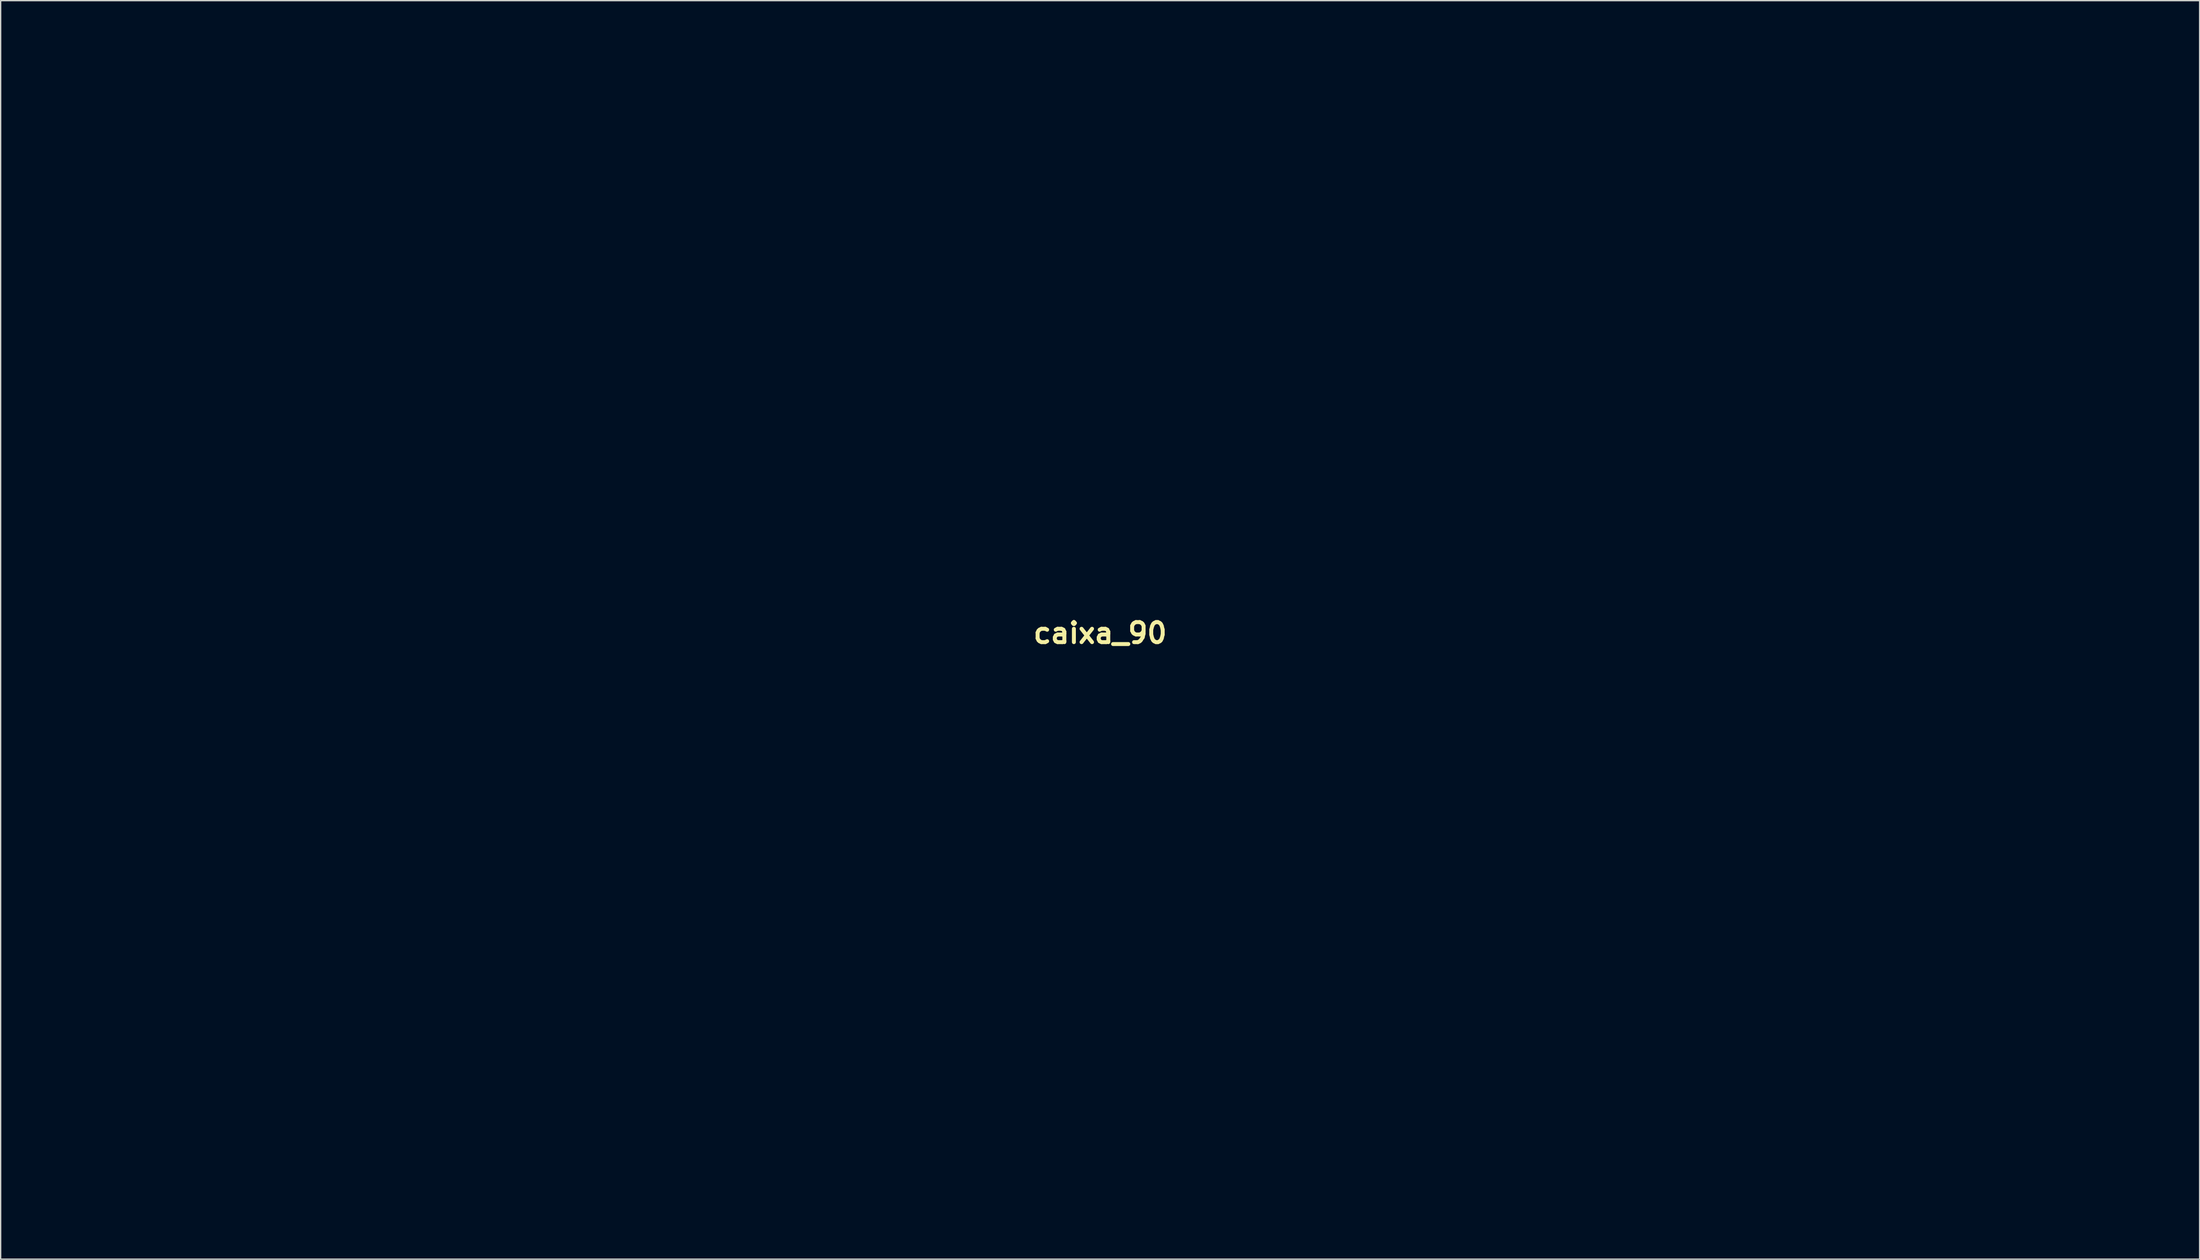
<source format=kicad_pcb>
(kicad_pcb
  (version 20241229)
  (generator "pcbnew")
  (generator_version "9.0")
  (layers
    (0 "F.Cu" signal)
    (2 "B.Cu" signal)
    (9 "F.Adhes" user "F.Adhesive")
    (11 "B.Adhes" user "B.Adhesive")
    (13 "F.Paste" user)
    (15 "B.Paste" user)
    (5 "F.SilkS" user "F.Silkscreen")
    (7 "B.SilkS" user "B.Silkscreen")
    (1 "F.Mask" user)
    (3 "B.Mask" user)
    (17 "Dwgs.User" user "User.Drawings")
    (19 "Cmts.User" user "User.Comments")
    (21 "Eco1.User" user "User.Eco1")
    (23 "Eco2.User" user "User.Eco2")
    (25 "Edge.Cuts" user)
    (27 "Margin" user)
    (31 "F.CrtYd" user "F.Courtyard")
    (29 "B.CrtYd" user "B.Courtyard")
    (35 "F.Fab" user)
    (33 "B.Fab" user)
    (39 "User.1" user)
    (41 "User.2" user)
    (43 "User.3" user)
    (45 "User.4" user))
  (footprint "caixa_90"
    (layer "F.Cu")
    (at 80.553 45.084)
    (property "Reference" "caixa_90" (at 0 0 0) (layer "F.SilkS") (effects (font (size 1.524 1.524) (thickness 0.3))))
    (attr through_hole)
    (fp_poly (pts (xy 80.548 -0.343) (xy 80.433 -0.229) (xy 80.319 -0.343) (xy 80.433 -0.458) (xy 80.548 -0.343)) (stroke (width 0.01) (type solid)) (fill no) (layer "Eco2.User"))
    (fp_poly (pts (xy -79.804 -0.38) (xy -79.775 -0.297) (xy -80.09 -0.265) (xy -80.415 -0.301) (xy -80.376 -0.38) (xy -79.908 -0.411) (xy -79.804 -0.38)) (stroke (width 0.01) (type solid)) (fill no) (layer "Eco2.User"))
    (fp_poly (pts (xy 1.525 -12.872) (xy 1.555 -12.403) (xy 1.525 -12.3) (xy 1.441 -12.271) (xy 1.409 -12.586) (xy 1.445 -12.91) (xy 1.525 -12.872)) (stroke (width 0.01) (type solid)) (fill no) (layer "Eco2.User"))
    (fp_poly (pts (xy 1.525 -11.27) (xy 1.555 -10.801) (xy 1.525 -10.698) (xy 1.441 -10.669) (xy 1.409 -10.984) (xy 1.445 -11.309) (xy 1.525 -11.27)) (stroke (width 0.01) (type solid)) (fill no) (layer "Eco2.User"))
    (fp_poly (pts (xy 1.525 37.013) (xy 1.555 37.482) (xy 1.525 37.585) (xy 1.441 37.614) (xy 1.409 37.299) (xy 1.445 36.974) (xy 1.525 37.013)) (stroke (width 0.01) (type solid)) (fill no) (layer "Eco2.User"))
    (fp_poly (pts (xy 14.016 -0.38) (xy 14.045 -0.297) (xy 13.73 -0.265) (xy 13.405 -0.301) (xy 13.444 -0.38) (xy 13.912 -0.411) (xy 14.016 -0.38)) (stroke (width 0.01) (type solid)) (fill no) (layer "Eco2.User"))
    (fp_poly (pts (xy 74.427 -0.38) (xy 74.455 -0.297) (xy 74.141 -0.265) (xy 73.816 -0.301) (xy 73.855 -0.38) (xy 74.323 -0.411) (xy 74.427 -0.38)) (stroke (width 0.01) (type solid)) (fill no) (layer "Eco2.User"))
    (fp_poly (pts (xy -76.596 -0.379) (xy -76.588 -0.304) (xy -76.947 -0.273) (xy -77.001 -0.273) (xy -77.356 -0.306) (xy -77.322 -0.376) (xy -77.283 -0.387) (xy -76.784 -0.421) (xy -76.596 -0.379)) (stroke (width 0.01) (type solid)) (fill no) (layer "Eco2.User"))
    (fp_poly (pts (xy -69.731 -0.379) (xy -69.724 -0.304) (xy -70.082 -0.273) (xy -70.136 -0.273) (xy -70.491 -0.306) (xy -70.457 -0.376) (xy -70.418 -0.387) (xy -69.919 -0.421) (xy -69.731 -0.379)) (stroke (width 0.01) (type solid)) (fill no) (layer "Eco2.User"))
    (fp_poly (pts (xy -68.248 -0.387) (xy -68.177 -0.32) (xy -68.493 -0.284) (xy -68.649 -0.282) (xy -69.065 -0.306) (xy -69.114 -0.365) (xy -69.049 -0.387) (xy -68.469 -0.422) (xy -68.248 -0.387)) (stroke (width 0.01) (type solid)) (fill no) (layer "Eco2.User"))
    (fp_poly (pts (xy -61.493 -0.379) (xy -61.486 -0.304) (xy -61.844 -0.273) (xy -61.898 -0.273) (xy -62.253 -0.306) (xy -62.219 -0.376) (xy -62.18 -0.387) (xy -61.681 -0.421) (xy -61.493 -0.379)) (stroke (width 0.01) (type solid)) (fill no) (layer "Eco2.User"))
    (fp_poly (pts (xy -59.782 -0.387) (xy -59.71 -0.32) (xy -60.027 -0.284) (xy -60.182 -0.282) (xy -60.598 -0.306) (xy -60.647 -0.365) (xy -60.582 -0.387) (xy -60.002 -0.422) (xy -59.782 -0.387)) (stroke (width 0.01) (type solid)) (fill no) (layer "Eco2.User"))
    (fp_poly (pts (xy -53.027 -0.379) (xy -53.019 -0.304) (xy -53.377 -0.273) (xy -53.432 -0.273) (xy -53.786 -0.306) (xy -53.753 -0.376) (xy -53.713 -0.387) (xy -53.215 -0.421) (xy -53.027 -0.379)) (stroke (width 0.01) (type solid)) (fill no) (layer "Eco2.User"))
    (fp_poly (pts (xy -51.425 -0.379) (xy -51.417 -0.304) (xy -51.776 -0.273) (xy -51.83 -0.273) (xy -52.185 -0.306) (xy -52.151 -0.376) (xy -52.111 -0.387) (xy -51.613 -0.421) (xy -51.425 -0.379)) (stroke (width 0.01) (type solid)) (fill no) (layer "Eco2.User"))
    (fp_poly (pts (xy -44.56 -0.379) (xy -44.552 -0.304) (xy -44.911 -0.273) (xy -44.965 -0.273) (xy -45.32 -0.306) (xy -45.286 -0.376) (xy -45.247 -0.387) (xy -44.748 -0.421) (xy -44.56 -0.379)) (stroke (width 0.01) (type solid)) (fill no) (layer "Eco2.User"))
    (fp_poly (pts (xy -42.958 -0.379) (xy -42.951 -0.304) (xy -43.309 -0.273) (xy -43.363 -0.273) (xy -43.718 -0.306) (xy -43.684 -0.376) (xy -43.645 -0.387) (xy -43.146 -0.421) (xy -42.958 -0.379)) (stroke (width 0.01) (type solid)) (fill no) (layer "Eco2.User"))
    (fp_poly (pts (xy -36.322 -0.379) (xy -36.315 -0.304) (xy -36.673 -0.273) (xy -36.727 -0.273) (xy -37.082 -0.306) (xy -37.048 -0.376) (xy -37.009 -0.387) (xy -36.51 -0.421) (xy -36.322 -0.379)) (stroke (width 0.01) (type solid)) (fill no) (layer "Eco2.User"))
    (fp_poly (pts (xy -34.492 -0.379) (xy -34.484 -0.304) (xy -34.842 -0.273) (xy -34.896 -0.273) (xy -35.251 -0.306) (xy -35.217 -0.376) (xy -35.178 -0.387) (xy -34.68 -0.421) (xy -34.492 -0.379)) (stroke (width 0.01) (type solid)) (fill no) (layer "Eco2.User"))
    (fp_poly (pts (xy -27.856 -0.379) (xy -27.848 -0.304) (xy -28.206 -0.273) (xy -28.26 -0.273) (xy -28.615 -0.306) (xy -28.581 -0.376) (xy -28.542 -0.387) (xy -28.044 -0.421) (xy -27.856 -0.379)) (stroke (width 0.01) (type solid)) (fill no) (layer "Eco2.User"))
    (fp_poly (pts (xy -26.254 -0.379) (xy -26.246 -0.304) (xy -26.604 -0.273) (xy -26.659 -0.273) (xy -27.013 -0.306) (xy -26.98 -0.376) (xy -26.94 -0.387) (xy -26.442 -0.421) (xy -26.254 -0.379)) (stroke (width 0.01) (type solid)) (fill no) (layer "Eco2.User"))
    (fp_poly (pts (xy -19.389 -0.379) (xy -19.381 -0.304) (xy -19.74 -0.273) (xy -19.794 -0.273) (xy -20.149 -0.306) (xy -20.115 -0.376) (xy -20.075 -0.387) (xy -19.577 -0.421) (xy -19.389 -0.379)) (stroke (width 0.01) (type solid)) (fill no) (layer "Eco2.User"))
    (fp_poly (pts (xy -17.787 -0.379) (xy -17.779 -0.304) (xy -18.138 -0.273) (xy -18.192 -0.273) (xy -18.547 -0.306) (xy -18.513 -0.376) (xy -18.474 -0.387) (xy -17.975 -0.421) (xy -17.787 -0.379)) (stroke (width 0.01) (type solid)) (fill no) (layer "Eco2.User"))
    (fp_poly (pts (xy -11.041 -0.387) (xy -10.97 -0.32) (xy -11.286 -0.284) (xy -11.441 -0.282) (xy -11.858 -0.306) (xy -11.907 -0.365) (xy -11.842 -0.387) (xy -11.262 -0.422) (xy -11.041 -0.387)) (stroke (width 0.01) (type solid)) (fill no) (layer "Eco2.User"))
    (fp_poly (pts (xy -9.32 -0.379) (xy -9.313 -0.304) (xy -9.671 -0.273) (xy -9.725 -0.273) (xy -10.08 -0.306) (xy -10.046 -0.376) (xy -10.007 -0.387) (xy -9.508 -0.421) (xy -9.32 -0.379)) (stroke (width 0.01) (type solid)) (fill no) (layer "Eco2.User"))
    (fp_poly (pts (xy -2.684 -0.379) (xy -2.677 -0.304) (xy -3.035 -0.273) (xy -3.089 -0.273) (xy -3.444 -0.306) (xy -3.41 -0.376) (xy -3.371 -0.387) (xy -2.872 -0.421) (xy -2.684 -0.379)) (stroke (width 0.01) (type solid)) (fill no) (layer "Eco2.User"))
    (fp_poly (pts (xy -1.083 -0.379) (xy -1.075 -0.304) (xy -1.433 -0.273) (xy -1.487 -0.273) (xy -1.842 -0.306) (xy -1.808 -0.376) (xy -1.769 -0.387) (xy -1.271 -0.421) (xy -1.083 -0.379)) (stroke (width 0.01) (type solid)) (fill no) (layer "Eco2.User"))
    (fp_poly (pts (xy 1.52 -37.963) (xy 1.532 -37.924) (xy 1.565 -37.426) (xy 1.523 -37.238) (xy 1.448 -37.23) (xy 1.417 -37.588) (xy 1.418 -37.642) (xy 1.451 -37.997) (xy 1.52 -37.963)) (stroke (width 0.01) (type solid)) (fill no) (layer "Eco2.User"))
    (fp_poly (pts (xy 1.52 -36.362) (xy 1.532 -36.322) (xy 1.565 -35.824) (xy 1.523 -35.636) (xy 1.448 -35.628) (xy 1.417 -35.986) (xy 1.418 -36.041) (xy 1.451 -36.395) (xy 1.52 -36.362)) (stroke (width 0.01) (type solid)) (fill no) (layer "Eco2.User"))
    (fp_poly (pts (xy 1.52 -29.497) (xy 1.532 -29.457) (xy 1.565 -28.959) (xy 1.523 -28.771) (xy 1.448 -28.763) (xy 1.417 -29.121) (xy 1.418 -29.176) (xy 1.451 -29.531) (xy 1.52 -29.497)) (stroke (width 0.01) (type solid)) (fill no) (layer "Eco2.User"))
    (fp_poly (pts (xy 1.52 -27.895) (xy 1.532 -27.856) (xy 1.565 -27.357) (xy 1.523 -27.169) (xy 1.448 -27.161) (xy 1.417 -27.52) (xy 1.418 -27.574) (xy 1.451 -27.929) (xy 1.52 -27.895)) (stroke (width 0.01) (type solid)) (fill no) (layer "Eco2.User"))
    (fp_poly (pts (xy 1.52 -21.259) (xy 1.532 -21.22) (xy 1.565 -20.721) (xy 1.523 -20.533) (xy 1.448 -20.525) (xy 1.417 -20.884) (xy 1.418 -20.938) (xy 1.451 -21.293) (xy 1.52 -21.259)) (stroke (width 0.01) (type solid)) (fill no) (layer "Eco2.User"))
    (fp_poly (pts (xy 1.52 -19.657) (xy 1.532 -19.618) (xy 1.565 -19.119) (xy 1.523 -18.931) (xy 1.448 -18.924) (xy 1.417 -19.282) (xy 1.418 -19.336) (xy 1.451 -19.691) (xy 1.52 -19.657)) (stroke (width 0.01) (type solid)) (fill no) (layer "Eco2.User"))
    (fp_poly (pts (xy 1.52 -4.554) (xy 1.532 -4.515) (xy 1.565 -4.017) (xy 1.523 -3.829) (xy 1.448 -3.821) (xy 1.417 -4.179) (xy 1.418 -4.233) (xy 1.451 -4.588) (xy 1.52 -4.554)) (stroke (width 0.01) (type solid)) (fill no) (layer "Eco2.User"))
    (fp_poly (pts (xy 1.52 -2.953) (xy 1.532 -2.913) (xy 1.565 -2.415) (xy 1.523 -2.227) (xy 1.448 -2.219) (xy 1.417 -2.577) (xy 1.418 -2.632) (xy 1.451 -2.986) (xy 1.52 -2.953)) (stroke (width 0.01) (type solid)) (fill no) (layer "Eco2.User"))
    (fp_poly (pts (xy 1.52 3.683) (xy 1.532 3.723) (xy 1.565 4.221) (xy 1.523 4.409) (xy 1.448 4.417) (xy 1.417 4.059) (xy 1.418 4.005) (xy 1.451 3.65) (xy 1.52 3.683)) (stroke (width 0.01) (type solid)) (fill no) (layer "Eco2.User"))
    (fp_poly (pts (xy 1.52 5.285) (xy 1.532 5.325) (xy 1.565 5.823) (xy 1.523 6.011) (xy 1.448 6.019) (xy 1.417 5.66) (xy 1.418 5.606) (xy 1.451 5.251) (xy 1.52 5.285)) (stroke (width 0.01) (type solid)) (fill no) (layer "Eco2.User"))
    (fp_poly (pts (xy 1.52 11.921) (xy 1.532 11.961) (xy 1.565 12.459) (xy 1.523 12.647) (xy 1.448 12.655) (xy 1.417 12.297) (xy 1.418 12.242) (xy 1.451 11.887) (xy 1.52 11.921)) (stroke (width 0.01) (type solid)) (fill no) (layer "Eco2.User"))
    (fp_poly (pts (xy 1.52 13.523) (xy 1.532 13.562) (xy 1.565 14.061) (xy 1.523 14.249) (xy 1.448 14.257) (xy 1.417 13.898) (xy 1.418 13.844) (xy 1.451 13.489) (xy 1.52 13.523)) (stroke (width 0.01) (type solid)) (fill no) (layer "Eco2.User"))
    (fp_poly (pts (xy 1.52 20.388) (xy 1.532 20.427) (xy 1.565 20.926) (xy 1.523 21.114) (xy 1.448 21.121) (xy 1.417 20.763) (xy 1.418 20.709) (xy 1.451 20.354) (xy 1.52 20.388)) (stroke (width 0.01) (type solid)) (fill no) (layer "Eco2.User"))
    (fp_poly (pts (xy 1.52 21.99) (xy 1.532 22.029) (xy 1.565 22.528) (xy 1.523 22.716) (xy 1.448 22.723) (xy 1.417 22.365) (xy 1.418 22.311) (xy 1.451 21.956) (xy 1.52 21.99)) (stroke (width 0.01) (type solid)) (fill no) (layer "Eco2.User"))
    (fp_poly (pts (xy 1.52 28.626) (xy 1.532 28.665) (xy 1.565 29.164) (xy 1.523 29.352) (xy 1.448 29.359) (xy 1.417 29.001) (xy 1.418 28.947) (xy 1.451 28.592) (xy 1.52 28.626)) (stroke (width 0.01) (type solid)) (fill no) (layer "Eco2.User"))
    (fp_poly (pts (xy 1.52 30.228) (xy 1.532 30.267) (xy 1.565 30.765) (xy 1.523 30.953) (xy 1.448 30.961) (xy 1.417 30.603) (xy 1.418 30.549) (xy 1.451 30.194) (xy 1.52 30.228)) (stroke (width 0.01) (type solid)) (fill no) (layer "Eco2.User"))
    (fp_poly (pts (xy 1.52 38.694) (xy 1.532 38.734) (xy 1.565 39.232) (xy 1.523 39.42) (xy 1.448 39.428) (xy 1.417 39.07) (xy 1.418 39.015) (xy 1.451 38.66) (xy 1.52 38.694)) (stroke (width 0.01) (type solid)) (fill no) (layer "Eco2.User"))
    (fp_poly (pts (xy 5.782 -0.379) (xy 5.79 -0.304) (xy 5.432 -0.273) (xy 5.377 -0.273) (xy 5.023 -0.306) (xy 5.056 -0.376) (xy 5.096 -0.387) (xy 5.594 -0.421) (xy 5.782 -0.379)) (stroke (width 0.01) (type solid)) (fill no) (layer "Eco2.User"))
    (fp_poly (pts (xy 7.384 -0.379) (xy 7.392 -0.304) (xy 7.033 -0.273) (xy 6.979 -0.273) (xy 6.624 -0.306) (xy 6.658 -0.376) (xy 6.698 -0.387) (xy 7.196 -0.421) (xy 7.384 -0.379)) (stroke (width 0.01) (type solid)) (fill no) (layer "Eco2.User"))
    (fp_poly (pts (xy 15.851 -0.379) (xy 15.858 -0.304) (xy 15.5 -0.273) (xy 15.446 -0.273) (xy 15.091 -0.306) (xy 15.125 -0.376) (xy 15.164 -0.387) (xy 15.663 -0.421) (xy 15.851 -0.379)) (stroke (width 0.01) (type solid)) (fill no) (layer "Eco2.User"))
    (fp_poly (pts (xy 22.487 -0.379) (xy 22.494 -0.304) (xy 22.136 -0.273) (xy 22.082 -0.273) (xy 21.727 -0.306) (xy 21.761 -0.376) (xy 21.8 -0.387) (xy 22.299 -0.421) (xy 22.487 -0.379)) (stroke (width 0.01) (type solid)) (fill no) (layer "Eco2.User"))
    (fp_poly (pts (xy 24.089 -0.379) (xy 24.096 -0.304) (xy 23.738 -0.273) (xy 23.684 -0.273) (xy 23.329 -0.306) (xy 23.363 -0.376) (xy 23.402 -0.387) (xy 23.901 -0.421) (xy 24.089 -0.379)) (stroke (width 0.01) (type solid)) (fill no) (layer "Eco2.User"))
    (fp_poly (pts (xy 30.953 -0.379) (xy 30.961 -0.304) (xy 30.603 -0.273) (xy 30.549 -0.273) (xy 30.194 -0.306) (xy 30.228 -0.376) (xy 30.267 -0.387) (xy 30.765 -0.421) (xy 30.953 -0.379)) (stroke (width 0.01) (type solid)) (fill no) (layer "Eco2.User"))
    (fp_poly (pts (xy 32.555 -0.379) (xy 32.563 -0.304) (xy 32.205 -0.273) (xy 32.15 -0.273) (xy 31.796 -0.306) (xy 31.829 -0.376) (xy 31.869 -0.387) (xy 32.367 -0.421) (xy 32.555 -0.379)) (stroke (width 0.01) (type solid)) (fill no) (layer "Eco2.User"))
    (fp_poly (pts (xy 39.301 -0.387) (xy 39.373 -0.32) (xy 39.056 -0.284) (xy 38.901 -0.282) (xy 38.485 -0.306) (xy 38.436 -0.365) (xy 38.5 -0.387) (xy 39.081 -0.422) (xy 39.301 -0.387)) (stroke (width 0.01) (type solid)) (fill no) (layer "Eco2.User"))
    (fp_poly (pts (xy 41.022 -0.379) (xy 41.03 -0.304) (xy 40.671 -0.273) (xy 40.617 -0.273) (xy 40.262 -0.306) (xy 40.296 -0.376) (xy 40.335 -0.387) (xy 40.834 -0.421) (xy 41.022 -0.379)) (stroke (width 0.01) (type solid)) (fill no) (layer "Eco2.User"))
    (fp_poly (pts (xy 47.658 -0.379) (xy 47.666 -0.304) (xy 47.307 -0.273) (xy 47.253 -0.273) (xy 46.898 -0.306) (xy 46.932 -0.376) (xy 46.971 -0.387) (xy 47.47 -0.421) (xy 47.658 -0.379)) (stroke (width 0.01) (type solid)) (fill no) (layer "Eco2.User"))
    (fp_poly (pts (xy 49.26 -0.379) (xy 49.267 -0.304) (xy 48.909 -0.273) (xy 48.855 -0.273) (xy 48.5 -0.306) (xy 48.534 -0.376) (xy 48.573 -0.387) (xy 49.072 -0.421) (xy 49.26 -0.379)) (stroke (width 0.01) (type solid)) (fill no) (layer "Eco2.User"))
    (fp_poly (pts (xy 56.125 -0.379) (xy 56.132 -0.304) (xy 55.774 -0.273) (xy 55.72 -0.273) (xy 55.365 -0.306) (xy 55.399 -0.376) (xy 55.438 -0.387) (xy 55.937 -0.421) (xy 56.125 -0.379)) (stroke (width 0.01) (type solid)) (fill no) (layer "Eco2.User"))
    (fp_poly (pts (xy 57.726 -0.379) (xy 57.734 -0.304) (xy 57.376 -0.273) (xy 57.322 -0.273) (xy 56.967 -0.306) (xy 57.001 -0.376) (xy 57.04 -0.387) (xy 57.538 -0.421) (xy 57.726 -0.379)) (stroke (width 0.01) (type solid)) (fill no) (layer "Eco2.User"))
    (fp_poly (pts (xy 64.591 -0.379) (xy 64.599 -0.304) (xy 64.241 -0.273) (xy 64.186 -0.273) (xy 63.832 -0.306) (xy 63.865 -0.376) (xy 63.905 -0.387) (xy 64.403 -0.421) (xy 64.591 -0.379)) (stroke (width 0.01) (type solid)) (fill no) (layer "Eco2.User"))
    (fp_poly (pts (xy 66.193 -0.379) (xy 66.201 -0.304) (xy 65.842 -0.273) (xy 65.788 -0.273) (xy 65.433 -0.306) (xy 65.467 -0.376) (xy 65.507 -0.387) (xy 66.005 -0.421) (xy 66.193 -0.379)) (stroke (width 0.01) (type solid)) (fill no) (layer "Eco2.User"))
    (fp_poly (pts (xy 72.829 -0.379) (xy 72.837 -0.304) (xy 72.479 -0.273) (xy 72.424 -0.273) (xy 72.069 -0.306) (xy 72.103 -0.376) (xy 72.143 -0.387) (xy 72.641 -0.421) (xy 72.829 -0.379)) (stroke (width 0.01) (type solid)) (fill no) (layer "Eco2.User"))
    (fp_poly (pts (xy -77.841 44.217) (xy -77.745 44.225) (xy -77.517 44.263) (xy -77.701 44.293) (xy -78.254 44.31) (xy -78.717 44.313) (xy -79.46 44.304) (xy -79.86 44.281) (xy -79.873 44.248) (xy -79.69 44.225) (xy -78.778 44.189) (xy -77.841 44.217)) (stroke (width 0.01) (type solid)) (fill no) (layer "Eco2.User"))
    (fp_poly (pts (xy -64.339 -0.415) (xy -64.015 -0.398) (xy -63.737 -0.365) (xy -63.877 -0.338) (xy -64.394 -0.32) (xy -65.216 -0.313) (xy -66.06 -0.32) (xy -66.565 -0.339) (xy -66.693 -0.366) (xy -66.418 -0.398) (xy -65.413 -0.431) (xy -64.339 -0.415)) (stroke (width 0.01) (type solid)) (fill no) (layer "Eco2.User"))
    (fp_poly (pts (xy -47.635 -0.415) (xy -47.31 -0.398) (xy -47.033 -0.365) (xy -47.173 -0.338) (xy -47.69 -0.32) (xy -48.512 -0.313) (xy -49.355 -0.32) (xy -49.861 -0.339) (xy -49.988 -0.366) (xy -49.713 -0.398) (xy -48.708 -0.431) (xy -47.635 -0.415)) (stroke (width 0.01) (type solid)) (fill no) (layer "Eco2.User"))
    (fp_poly (pts (xy -39.168 -0.415) (xy -38.844 -0.398) (xy -38.566 -0.365) (xy -38.706 -0.338) (xy -39.223 -0.32) (xy -40.045 -0.313) (xy -40.889 -0.32) (xy -41.394 -0.339) (xy -41.522 -0.366) (xy -41.246 -0.398) (xy -40.242 -0.431) (xy -39.168 -0.415)) (stroke (width 0.01) (type solid)) (fill no) (layer "Eco2.User"))
    (fp_poly (pts (xy -13.997 -0.415) (xy -13.673 -0.398) (xy -13.395 -0.365) (xy -13.535 -0.338) (xy -14.052 -0.32) (xy -14.874 -0.313) (xy -15.717 -0.32) (xy -16.223 -0.339) (xy -16.35 -0.366) (xy -16.075 -0.398) (xy -15.07 -0.431) (xy -13.997 -0.415)) (stroke (width 0.01) (type solid)) (fill no) (layer "Eco2.User"))
    (fp_poly (pts (xy -5.53 -0.415) (xy -5.206 -0.398) (xy -4.928 -0.365) (xy -5.068 -0.338) (xy -5.585 -0.32) (xy -6.407 -0.313) (xy -7.251 -0.32) (xy -7.756 -0.339) (xy -7.884 -0.366) (xy -7.609 -0.398) (xy -6.604 -0.431) (xy -5.53 -0.415)) (stroke (width 0.01) (type solid)) (fill no) (layer "Eco2.User"))
    (fp_poly (pts (xy 1.542 -42.162) (xy 1.576 -41.157) (xy 1.559 -40.084) (xy 1.542 -39.759) (xy 1.509 -39.482) (xy 1.482 -39.622) (xy 1.464 -40.138) (xy 1.458 -40.96) (xy 1.464 -41.804) (xy 1.483 -42.309) (xy 1.51 -42.437) (xy 1.542 -42.162)) (stroke (width 0.01) (type solid)) (fill no) (layer "Eco2.User"))
    (fp_poly (pts (xy 1.542 -25.457) (xy 1.576 -24.452) (xy 1.559 -23.379) (xy 1.542 -23.055) (xy 1.509 -22.777) (xy 1.482 -22.917) (xy 1.464 -23.434) (xy 1.458 -24.256) (xy 1.464 -25.099) (xy 1.483 -25.605) (xy 1.51 -25.732) (xy 1.542 -25.457)) (stroke (width 0.01) (type solid)) (fill no) (layer "Eco2.User"))
    (fp_poly (pts (xy 1.542 7.723) (xy 1.576 8.728) (xy 1.559 9.801) (xy 1.542 10.126) (xy 1.509 10.403) (xy 1.482 10.263) (xy 1.464 9.746) (xy 1.458 8.924) (xy 1.464 8.081) (xy 1.483 7.575) (xy 1.51 7.448) (xy 1.542 7.723)) (stroke (width 0.01) (type solid)) (fill no) (layer "Eco2.User"))
    (fp_poly (pts (xy 1.542 24.427) (xy 1.576 25.432) (xy 1.559 26.506) (xy 1.542 26.83) (xy 1.509 27.108) (xy 1.482 26.968) (xy 1.464 26.451) (xy 1.458 25.629) (xy 1.464 24.785) (xy 1.483 24.28) (xy 1.51 24.152) (xy 1.542 24.427)) (stroke (width 0.01) (type solid)) (fill no) (layer "Eco2.User"))
    (fp_poly (pts (xy 1.542 32.665) (xy 1.576 33.67) (xy 1.559 34.743) (xy 1.542 35.068) (xy 1.509 35.345) (xy 1.482 35.205) (xy 1.464 34.689) (xy 1.458 33.867) (xy 1.464 33.023) (xy 1.483 32.518) (xy 1.51 32.39) (xy 1.542 32.665)) (stroke (width 0.01) (type solid)) (fill no) (layer "Eco2.User"))
    (fp_poly (pts (xy 1.542 -33.687) (xy 1.576 -32.723) (xy 1.56 -31.727) (xy 1.541 -31.399) (xy 1.507 -31.159) (xy 1.479 -31.333) (xy 1.462 -31.877) (xy 1.457 -32.608) (xy 1.464 -33.42) (xy 1.483 -33.886) (xy 1.512 -33.967) (xy 1.542 -33.687)) (stroke (width 0.01) (type solid)) (fill no) (layer "Eco2.User"))
    (fp_poly (pts (xy 1.542 -16.983) (xy 1.576 -16.019) (xy 1.56 -15.022) (xy 1.541 -14.695) (xy 1.507 -14.455) (xy 1.479 -14.629) (xy 1.462 -15.172) (xy 1.457 -15.904) (xy 1.464 -16.716) (xy 1.483 -17.181) (xy 1.512 -17.263) (xy 1.542 -16.983)) (stroke (width 0.01) (type solid)) (fill no) (layer "Eco2.User"))
    (fp_poly (pts (xy 1.542 -8.745) (xy 1.576 -7.781) (xy 1.56 -6.785) (xy 1.541 -6.457) (xy 1.507 -6.217) (xy 1.479 -6.391) (xy 1.462 -6.934) (xy 1.457 -7.666) (xy 1.464 -8.478) (xy 1.483 -8.944) (xy 1.512 -9.025) (xy 1.542 -8.745)) (stroke (width 0.01) (type solid)) (fill no) (layer "Eco2.User"))
    (fp_poly (pts (xy 1.542 16.197) (xy 1.576 17.161) (xy 1.56 18.158) (xy 1.541 18.486) (xy 1.507 18.725) (xy 1.479 18.551) (xy 1.462 18.008) (xy 1.457 17.277) (xy 1.464 16.465) (xy 1.483 15.999) (xy 1.512 15.918) (xy 1.542 16.197)) (stroke (width 0.01) (type solid)) (fill no) (layer "Eco2.User"))
    (fp_poly (pts (xy 11.174 -0.415) (xy 11.499 -0.398) (xy 11.776 -0.365) (xy 11.636 -0.338) (xy 11.119 -0.32) (xy 10.297 -0.313) (xy 9.454 -0.32) (xy 8.948 -0.339) (xy 8.821 -0.366) (xy 9.096 -0.398) (xy 10.101 -0.431) (xy 11.174 -0.415)) (stroke (width 0.01) (type solid)) (fill no) (layer "Eco2.User"))
    (fp_poly (pts (xy 19.641 -0.415) (xy 19.965 -0.398) (xy 20.243 -0.365) (xy 20.103 -0.338) (xy 19.586 -0.32) (xy 18.764 -0.313) (xy 17.92 -0.32) (xy 17.415 -0.339) (xy 17.287 -0.366) (xy 17.563 -0.398) (xy 18.567 -0.431) (xy 19.641 -0.415)) (stroke (width 0.01) (type solid)) (fill no) (layer "Eco2.User"))
    (fp_poly (pts (xy 28.107 -0.415) (xy 28.432 -0.398) (xy 28.709 -0.365) (xy 28.569 -0.338) (xy 28.053 -0.32) (xy 27.231 -0.313) (xy 26.387 -0.32) (xy 25.882 -0.339) (xy 25.754 -0.366) (xy 26.029 -0.398) (xy 27.034 -0.431) (xy 28.107 -0.415)) (stroke (width 0.01) (type solid)) (fill no) (layer "Eco2.User"))
    (fp_poly (pts (xy 44.812 -0.415) (xy 45.136 -0.398) (xy 45.414 -0.365) (xy 45.274 -0.338) (xy 44.757 -0.32) (xy 43.935 -0.313) (xy 43.092 -0.32) (xy 42.586 -0.339) (xy 42.459 -0.366) (xy 42.734 -0.398) (xy 43.739 -0.431) (xy 44.812 -0.415)) (stroke (width 0.01) (type solid)) (fill no) (layer "Eco2.User"))
    (fp_poly (pts (xy 53.279 -0.415) (xy 53.603 -0.398) (xy 53.881 -0.365) (xy 53.741 -0.338) (xy 53.224 -0.32) (xy 52.402 -0.313) (xy 51.558 -0.32) (xy 51.053 -0.339) (xy 50.925 -0.366) (xy 51.2 -0.398) (xy 52.205 -0.431) (xy 53.279 -0.415)) (stroke (width 0.01) (type solid)) (fill no) (layer "Eco2.User"))
    (fp_poly (pts (xy 61.516 -0.415) (xy 61.841 -0.398) (xy 62.118 -0.365) (xy 61.978 -0.338) (xy 61.462 -0.32) (xy 60.64 -0.313) (xy 59.796 -0.32) (xy 59.291 -0.339) (xy 59.163 -0.366) (xy 59.438 -0.398) (xy 60.443 -0.431) (xy 61.516 -0.415)) (stroke (width 0.01) (type solid)) (fill no) (layer "Eco2.User"))
    (fp_poly (pts (xy 69.983 -0.415) (xy 70.308 -0.398) (xy 70.585 -0.365) (xy 70.445 -0.338) (xy 69.928 -0.32) (xy 69.106 -0.313) (xy 68.263 -0.32) (xy 67.757 -0.339) (xy 67.63 -0.366) (xy 67.905 -0.398) (xy 68.91 -0.431) (xy 69.983 -0.415)) (stroke (width 0.01) (type solid)) (fill no) (layer "Eco2.User"))
    (fp_poly (pts (xy 79.776 -44.876) (xy 79.855 -44.369) (xy 79.861 -44.164) (xy 79.811 -43.591) (xy 79.684 -43.272) (xy 79.632 -43.249) (xy 79.489 -43.452) (xy 79.409 -43.959) (xy 79.404 -44.164) (xy 79.454 -44.737) (xy 79.581 -45.056) (xy 79.632 -45.079) (xy 79.776 -44.876)) (stroke (width 0.01) (type solid)) (fill no) (layer "Eco2.User"))
    (fp_poly (pts (xy -80.356 9.179) (xy -80.111 9.766) (xy -80.015 10.011) (xy -79.795 10.605) (xy -79.756 10.889) (xy -79.906 10.977) (xy -80.092 10.984) (xy -80.373 10.918) (xy -80.508 10.646) (xy -80.547 10.051) (xy -80.548 9.916) (xy -80.538 9.261) (xy -80.486 9.013) (xy -80.356 9.179)) (stroke (width 0.01) (type solid)) (fill no) (layer "Eco2.User"))
    (fp_poly (pts (xy -72.692 -0.42) (xy -72.244 -0.397) (xy -71.98 -0.365) (xy -72.132 -0.339) (xy -72.658 -0.321) (xy -73.516 -0.314) (xy -73.568 -0.314) (xy -74.429 -0.321) (xy -74.945 -0.339) (xy -75.081 -0.364) (xy -74.799 -0.396) (xy -74.761 -0.398) (xy -73.752 -0.431) (xy -72.692 -0.42)) (stroke (width 0.01) (type solid)) (fill no) (layer "Eco2.User"))
    (fp_poly (pts (xy -55.988 -0.42) (xy -55.54 -0.397) (xy -55.276 -0.365) (xy -55.428 -0.339) (xy -55.954 -0.321) (xy -56.812 -0.314) (xy -56.864 -0.314) (xy -57.724 -0.321) (xy -58.241 -0.339) (xy -58.377 -0.364) (xy -58.095 -0.396) (xy -58.057 -0.398) (xy -57.048 -0.431) (xy -55.988 -0.42)) (stroke (width 0.01) (type solid)) (fill no) (layer "Eco2.User"))
    (fp_poly (pts (xy -30.817 -0.42) (xy -30.369 -0.397) (xy -30.105 -0.365) (xy -30.256 -0.339) (xy -30.782 -0.321) (xy -31.64 -0.314) (xy -31.693 -0.314) (xy -32.553 -0.321) (xy -33.07 -0.339) (xy -33.206 -0.364) (xy -32.924 -0.396) (xy -32.886 -0.398) (xy -31.876 -0.431) (xy -30.817 -0.42)) (stroke (width 0.01) (type solid)) (fill no) (layer "Eco2.User"))
    (fp_poly (pts (xy -22.35 -0.42) (xy -21.902 -0.397) (xy -21.638 -0.365) (xy -21.79 -0.339) (xy -22.316 -0.321) (xy -23.174 -0.314) (xy -23.226 -0.314) (xy -24.086 -0.321) (xy -24.603 -0.339) (xy -24.739 -0.364) (xy -24.457 -0.396) (xy -24.419 -0.398) (xy -23.41 -0.431) (xy -22.35 -0.42)) (stroke (width 0.01) (type solid)) (fill no) (layer "Eco2.User"))
    (fp_poly (pts (xy 36.459 -0.42) (xy 36.907 -0.397) (xy 37.171 -0.365) (xy 37.019 -0.339) (xy 36.493 -0.321) (xy 35.635 -0.314) (xy 35.583 -0.314) (xy 34.723 -0.321) (xy 34.206 -0.339) (xy 34.07 -0.364) (xy 34.352 -0.396) (xy 34.39 -0.398) (xy 35.399 -0.431) (xy 36.459 -0.42)) (stroke (width 0.01) (type solid)) (fill no) (layer "Eco2.User"))
    (fp_poly (pts (xy 1.579 -1.098) (xy 1.619 -0.759) (xy 1.777 -0.565) (xy 2.162 -0.465) (xy 2.88 -0.407) (xy 3.032 -0.398) (xy 4.462 -0.317) (xy 3.042 -0.273) (xy 1.622 -0.229) (xy 1.549 1.43) (xy 1.476 3.089) (xy 1.259 -0.114) (xy 0.343 -0.245) (xy -0.572 -0.375) (xy 0.334 -0.474) (xy 0.965 -0.601) (xy 1.287 -0.865) (xy 1.398 -1.144) (xy 1.556 -1.716) (xy 1.579 -1.098)) (stroke (width 0.01) (type solid)) (fill no) (layer "Eco2.User"))
    (fp_poly (pts (xy -78.323 -45.067) (xy -77.626 -45.019) (xy -77.141 -44.93) (xy -77.001 -44.85) (xy -77.097 -44.694) (xy -77.561 -44.623) (xy -77.66 -44.622) (xy -78.189 -44.585) (xy -78.434 -44.385) (xy -78.537 -43.885) (xy -78.55 -43.764) (xy -78.64 -42.905) (xy -78.679 -43.764) (xy -78.73 -44.313) (xy -78.908 -44.557) (xy -79.352 -44.62) (xy -79.632 -44.622) (xy -80.206 -44.672) (xy -80.524 -44.799) (xy -80.548 -44.85) (xy -80.342 -44.966) (xy -79.814 -45.04) (xy -79.096 -45.074) (xy -78.323 -45.067)) (stroke (width 0.01) (type solid)) (fill no) (layer "Eco2.User"))
    (fp_poly (pts (xy 73.89 33.983) (xy 74.899 34.336) (xy 75.838 35.016) (xy 76.579 35.903) (xy 77 36.879) (xy 77.016 36.954) (xy 77.055 37.888) (xy 76.894 38.911) (xy 76.576 39.829) (xy 76.244 40.352) (xy 75.307 41.076) (xy 74.153 41.503) (xy 72.929 41.602) (xy 71.785 41.342) (xy 71.738 41.321) (xy 70.639 40.612) (xy 69.862 39.659) (xy 69.514 38.742) (xy 70.146 38.742) (xy 70.176 38.868) (xy 70.404 39.307) (xy 70.842 39.881) (xy 71.086 40.149) (xy 71.614 40.637) (xy 72.092 40.878) (xy 72.729 40.956) (xy 73.088 40.96) (xy 74.109 40.865) (xy 74.914 40.542) (xy 75.079 40.437) (xy 75.574 40.012) (xy 76.019 39.482) (xy 76.326 38.973) (xy 76.411 38.609) (xy 76.378 38.545) (xy 76.117 38.524) (xy 75.567 38.579) (xy 75.27 38.625) (xy 74.628 38.77) (xy 74.312 38.983) (xy 74.191 39.358) (xy 74.183 39.421) (xy 74.066 39.854) (xy 73.755 40.023) (xy 73.353 40.045) (xy 72.814 39.986) (xy 72.558 39.722) (xy 72.459 39.359) (xy 72.279 38.861) (xy 71.919 38.682) (xy 71.686 38.669) (xy 71.008 38.617) (xy 70.552 38.532) (xy 70.191 38.496) (xy 70.146 38.742) (xy 69.514 38.742) (xy 69.439 38.546) (xy 69.415 37.757) (xy 70.136 37.757) (xy 70.245 37.902) (xy 70.742 37.978) (xy 71.038 37.986) (xy 71.925 38.12) (xy 72.6 38.481) (xy 72.962 39.004) (xy 72.996 39.244) (xy 73.12 39.549) (xy 73.225 39.587) (xy 73.43 39.403) (xy 73.454 39.253) (xy 73.663 38.72) (xy 74.21 38.286) (xy 74.977 38.026) (xy 75.442 37.986) (xy 76.041 37.938) (xy 76.391 37.819) (xy 76.429 37.757) (xy 76.224 37.62) (xy 75.707 37.538) (xy 75.399 37.528) (xy 74.52 37.393) (xy 73.849 37.03) (xy 73.489 36.507) (xy 73.454 36.269) (xy 73.33 35.965) (xy 73.225 35.926) (xy 73.022 36.111) (xy 72.996 36.269) (xy 72.789 36.822) (xy 72.247 37.263) (xy 71.497 37.505) (xy 71.179 37.528) (xy 70.57 37.581) (xy 70.179 37.713) (xy 70.136 37.757) (xy 69.415 37.757) (xy 69.402 37.357) (xy 69.485 37.098) (xy 69.963 37.098) (xy 71.079 37.027) (xy 71.76 36.958) (xy 72.127 36.805) (xy 72.328 36.48) (xy 72.414 36.212) (xy 72.633 35.695) (xy 72.983 35.494) (xy 73.372 35.468) (xy 73.888 35.52) (xy 74.111 35.771) (xy 74.183 36.212) (xy 74.257 36.663) (xy 74.451 36.893) (xy 74.893 36.991) (xy 75.342 37.026) (xy 76.054 37.041) (xy 76.361 36.921) (xy 76.309 36.597) (xy 75.995 36.073) (xy 75.178 35.194) (xy 74.199 34.694) (xy 73.141 34.569) (xy 72.093 34.814) (xy 71.141 35.426) (xy 70.405 36.341) (xy 69.963 37.098) (xy 69.485 37.098) (xy 69.768 36.203) (xy 70.565 35.084) (xy 71.599 34.327) (xy 72.81 33.964) (xy 73.89 33.983)) (stroke (width 0.01) (type solid)) (fill no) (layer "Eco2.User"))
    (fp_poly (pts (xy 14.607 -45.074) (xy 21.093 -45.072) (xy 27.155 -45.069) (xy 32.802 -45.066) (xy 38.048 -45.061) (xy 42.901 -45.056) (xy 47.374 -45.049) (xy 51.477 -45.042) (xy 55.221 -45.033) (xy 58.618 -45.023) (xy 61.678 -45.011) (xy 64.413 -44.999) (xy 66.832 -44.985) (xy 68.948 -44.97) (xy 70.772 -44.953) (xy 72.313 -44.935) (xy 73.584 -44.916) (xy 74.595 -44.895) (xy 75.358 -44.872) (xy 75.882 -44.848) (xy 76.18 -44.822) (xy 76.244 -44.81) (xy 76.939 -44.498) (xy 77.723 -43.996) (xy 78.132 -43.67) (xy 78.345 -43.496) (xy 78.54 -43.354) (xy 78.718 -43.224) (xy 78.879 -43.085) (xy 79.024 -42.917) (xy 79.155 -42.7) (xy 79.271 -42.415) (xy 79.374 -42.041) (xy 79.464 -41.558) (xy 79.543 -40.947) (xy 79.611 -40.187) (xy 79.668 -39.259) (xy 79.717 -38.141) (xy 79.757 -36.815) (xy 79.789 -35.26) (xy 79.814 -33.457) (xy 79.833 -31.385) (xy 79.846 -29.024) (xy 79.856 -26.354) (xy 79.861 -23.356) (xy 79.863 -20.009) (xy 79.864 -16.293) (xy 79.862 -12.189) (xy 79.861 -7.675) (xy 79.859 -2.733) (xy 79.859 -0.394) (xy 79.858 3.887) (xy 79.855 8.049) (xy 79.851 12.069) (xy 79.845 15.923) (xy 79.838 19.587) (xy 79.83 23.039) (xy 79.82 26.254) (xy 79.809 29.21) (xy 79.798 31.883) (xy 79.785 34.249) (xy 79.772 36.285) (xy 79.758 37.967) (xy 79.743 39.273) (xy 79.728 40.178) (xy 79.712 40.66) (xy 79.705 40.732) (xy 79.161 41.948) (xy 78.252 43.006) (xy 77.064 43.83) (xy 75.684 44.344) (xy 75.559 44.371) (xy 75.279 44.397) (xy 74.69 44.421) (xy 73.783 44.443) (xy 72.552 44.464) (xy 70.988 44.483) (xy 69.084 44.5) (xy 66.833 44.517) (xy 64.225 44.531) (xy 61.255 44.544) (xy 57.914 44.556) (xy 54.194 44.566) (xy 50.088 44.575) (xy 45.588 44.582) (xy 40.686 44.588) (xy 35.375 44.592) (xy 29.646 44.596) (xy 23.493 44.598) (xy 16.908 44.598) (xy 9.882 44.598) (xy 2.409 44.596) (xy 0.275 44.595) (xy -5.523 44.593) (xy -11.205 44.59) (xy -16.754 44.586) (xy -22.152 44.582) (xy -27.383 44.578) (xy -32.428 44.573) (xy -37.272 44.567) (xy -41.896 44.562) (xy -46.284 44.556) (xy -50.419 44.549) (xy -54.283 44.542) (xy -57.859 44.535) (xy -61.13 44.528) (xy -64.079 44.521) (xy -66.688 44.513) (xy -68.941 44.505) (xy -70.82 44.497) (xy -72.308 44.489) (xy -73.388 44.481) (xy -74.044 44.473) (xy -74.255 44.466) (xy -75.882 43.921) (xy -77.153 43.092) (xy -78.074 41.969) (xy -78.657 40.541) (xy -78.867 39.361) (xy -79.011 37.986) (xy -79.779 37.986) (xy -80.296 37.926) (xy -80.544 37.78) (xy -80.548 37.757) (xy -75.285 37.757) (xy -75.082 37.903) (xy -74.581 37.982) (xy -74.42 37.986) (xy -73.574 38.114) (xy -72.921 38.454) (xy -72.57 38.938) (xy -72.539 39.143) (xy -72.392 39.506) (xy -72.195 39.587) (xy -71.915 39.398) (xy -71.852 39.143) (xy -71.643 38.622) (xy -71.09 38.22) (xy -70.303 38.005) (xy -69.971 37.986) (xy -69.417 37.932) (xy -69.121 37.799) (xy -69.106 37.757) (xy -69.311 37.619) (xy -69.827 37.538) (xy -70.12 37.528) (xy -71.002 37.404) (xy -71.604 37.063) (xy -71.85 36.551) (xy -71.852 36.495) (xy -71.966 36.108) (xy -72.223 36.084) (xy -72.502 36.417) (xy -72.553 36.537) (xy -72.839 37.1) (xy -73.237 37.4) (xy -73.887 37.514) (xy -74.312 37.524) (xy -74.906 37.575) (xy -75.25 37.696) (xy -75.285 37.757) (xy -80.548 37.757) (xy -80.347 37.605) (xy -79.852 37.53) (xy -79.748 37.528) (xy -78.947 37.528) (xy -78.947 -38.214) (xy -78.488 -38.214) (xy -78.488 -19.336) (xy -78.487 -15.828) (xy -78.483 -12.754) (xy -78.475 -10.088) (xy -78.464 -7.806) (xy -78.45 -5.884) (xy -78.43 -4.296) (xy -78.406 -3.02) (xy -78.377 -2.03) (xy -78.343 -1.301) (xy -78.302 -0.809) (xy -78.256 -0.53) (xy -78.203 -0.44) (xy -78.202 -0.44) (xy -78.034 -0.394) (xy -78.202 -0.306) (xy -78.256 -0.197) (xy -78.302 0.103) (xy -78.343 0.616) (xy -78.377 1.368) (xy -78.406 2.383) (xy -78.431 3.685) (xy -78.45 5.3) (xy -78.465 7.252) (xy -78.476 9.564) (xy -78.483 12.262) (xy -78.487 15.371) (xy -78.488 18.681) (xy -78.488 37.552) (xy -77.322 37.483) (xy -76.626 37.421) (xy -76.239 37.278) (xy -76.012 36.957) (xy -75.982 36.877) (xy -75.392 36.877) (xy -75.253 37.026) (xy -74.794 37.069) (xy -74.522 37.07) (xy -73.85 37.009) (xy -73.358 36.857) (xy -73.271 36.796) (xy -73.049 36.357) (xy -72.996 35.995) (xy -72.927 35.637) (xy -72.633 35.491) (xy -72.195 35.468) (xy -71.651 35.514) (xy -71.429 35.708) (xy -71.395 35.995) (xy -71.241 36.62) (xy -70.756 36.969) (xy -69.976 37.07) (xy -69.348 36.993) (xy -69.12 36.737) (xy -69.28 36.269) (xy -69.584 35.838) (xy -70.488 35.016) (xy -71.539 34.602) (xy -72.659 34.605) (xy -73.771 35.034) (xy -74.157 35.297) (xy -74.749 35.82) (xy -75.186 36.33) (xy -75.312 36.555) (xy -75.392 36.877) (xy -75.982 36.877) (xy -75.854 36.534) (xy -75.262 35.419) (xy -74.409 34.61) (xy -73.381 34.116) (xy -72.263 33.943) (xy -71.14 34.1) (xy -70.098 34.596) (xy -69.221 35.437) (xy -68.926 35.889) (xy -68.489 37.074) (xy -68.452 38.26) (xy -68.768 39.37) (xy -69.391 40.331) (xy -70.274 41.068) (xy -71.37 41.504) (xy -72.465 41.582) (xy -73.742 41.297) (xy -74.771 40.636) (xy -75.564 39.59) (xy -75.886 38.81) (xy -75.373 38.81) (xy -75.352 38.898) (xy -75.119 39.309) (xy -74.657 39.851) (xy -74.343 40.156) (xy -73.707 40.662) (xy -73.137 40.9) (xy -72.415 40.96) (xy -72.401 40.96) (xy -71.563 40.879) (xy -70.775 40.677) (xy -70.601 40.605) (xy -70.112 40.26) (xy -69.644 39.752) (xy -69.282 39.206) (xy -69.114 38.747) (xy -69.164 38.538) (xy -69.473 38.49) (xy -69.726 38.56) (xy -70.284 38.71) (xy -70.708 38.76) (xy -71.154 38.89) (xy -71.338 39.311) (xy -71.353 39.416) (xy -71.464 39.846) (xy -71.761 40.018) (xy -72.211 40.045) (xy -72.745 40.001) (xy -72.962 39.801) (xy -72.996 39.466) (xy -73.031 39.101) (xy -73.202 38.874) (xy -73.611 38.727) (xy -74.357 38.6) (xy -74.519 38.577) (xy -75.112 38.515) (xy -75.361 38.579) (xy -75.373 38.81) (xy -75.886 38.81) (xy -76.062 38.386) (xy -76.25 38.135) (xy -76.686 38.013) (xy -77.337 37.986) (xy -78.017 37.999) (xy -78.356 38.089) (xy -78.472 38.332) (xy -78.483 38.729) (xy -78.28 40.313) (xy -77.722 41.68) (xy -76.843 42.781) (xy -75.68 43.567) (xy -74.71 43.905) (xy -74.365 43.932) (xy -73.579 43.957) (xy -72.369 43.98) (xy -70.751 44.001) (xy -68.742 44.02) (xy -66.358 44.037) (xy -63.616 44.051) (xy -60.532 44.063) (xy -57.124 44.073) (xy -53.407 44.081) (xy -49.398 44.085) (xy -45.115 44.088) (xy -40.572 44.087) (xy -36.269 44.084) (xy 1.259 44.05) (xy 1.387 41.99) (xy 1.515 39.931) (xy 1.602 44.164) (xy 37.947 44.164) (xy 43.237 44.163) (xy 48.08 44.159) (xy 52.488 44.154) (xy 56.473 44.145) (xy 60.046 44.135) (xy 63.219 44.121) (xy 66.002 44.105) (xy 68.407 44.087) (xy 70.446 44.065) (xy 72.131 44.04) (xy 73.472 44.013) (xy 74.48 43.982) (xy 75.168 43.949) (xy 75.547 43.912) (xy 75.572 43.907) (xy 76.972 43.415) (xy 78.092 42.565) (xy 78.914 41.368) (xy 78.925 41.346) (xy 79.008 41.169) (xy 79.081 40.98) (xy 79.144 40.75) (xy 79.198 40.451) (xy 79.244 40.052) (xy 79.283 39.524) (xy 79.315 38.837) (xy 79.34 37.963) (xy 79.361 36.872) (xy 79.376 35.533) (xy 79.387 33.919) (xy 79.395 31.999) (xy 79.4 29.744) (xy 79.402 27.124) (xy 79.403 24.11) (xy 79.404 20.673) (xy 79.404 20.065) (xy 79.404 -0.229) (xy 77.287 -0.276) (xy 75.17 -0.324) (xy 77.287 -0.399) (xy 79.404 -0.475) (xy 79.404 -41.117) (xy 78.874 -42.126) (xy 78.09 -43.16) (xy 77.003 -43.971) (xy 75.74 -44.481) (xy 74.666 -44.622) (xy 73.454 -44.622) (xy 73.454 -43.487) (xy 73.471 -42.807) (xy 73.588 -42.438) (xy 73.901 -42.23) (xy 74.378 -42.075) (xy 75.314 -41.599) (xy 76.159 -40.829) (xy 76.782 -39.906) (xy 77.023 -39.209) (xy 77.057 -38.305) (xy 76.895 -37.3) (xy 76.583 -36.389) (xy 76.244 -35.848) (xy 75.786 -35.464) (xy 75.148 -35.061) (xy 75.008 -34.986) (xy 73.823 -34.609) (xy 72.65 -34.633) (xy 71.558 -35.004) (xy 70.616 -35.669) (xy 69.893 -36.577) (xy 69.46 -37.672) (xy 69.415 -38.421) (xy 70.032 -38.421) (xy 70.213 -37.35) (xy 70.736 -36.394) (xy 71.574 -35.651) (xy 72.195 -35.355) (xy 72.881 -35.122) (xy 73.26 -35.039) (xy 73.455 -35.093) (xy 73.559 -35.224) (xy 73.541 -35.543) (xy 73.332 -36.064) (xy 73.26 -36.197) (xy 72.883 -36.719) (xy 72.455 -36.915) (xy 72.137 -36.925) (xy 71.561 -37.008) (xy 71.22 -37.389) (xy 71.191 -37.45) (xy 71.066 -37.784) (xy 71.627 -37.784) (xy 71.737 -37.627) (xy 71.927 -37.659) (xy 72.393 -37.666) (xy 72.968 -37.484) (xy 73.433 -37.198) (xy 73.568 -37.016) (xy 73.873 -36.185) (xy 74.088 -35.708) (xy 74.258 -35.5) (xy 74.364 -35.468) (xy 74.591 -35.561) (xy 74.598 -35.59) (xy 74.518 -35.861) (xy 74.318 -36.379) (xy 74.255 -36.533) (xy 73.973 -37.361) (xy 73.97 -37.916) (xy 74.256 -38.3) (xy 74.489 -38.446) (xy 74.917 -38.788) (xy 74.924 -39.064) (xy 74.535 -39.184) (xy 74.292 -39.171) (xy 73.77 -39.199) (xy 73.349 -39.481) (xy 72.945 -40.092) (xy 72.708 -40.572) (xy 72.358 -41.151) (xy 72.097 -41.306) (xy 72.002 -41.07) (xy 72.147 -40.474) (xy 72.198 -40.348) (xy 72.486 -39.467) (xy 72.476 -38.858) (xy 72.162 -38.445) (xy 72.081 -38.39) (xy 71.751 -38.084) (xy 71.627 -37.784) (xy 71.066 -37.784) (xy 70.972 -38.036) (xy 71.019 -38.359) (xy 71.353 -38.545) (xy 71.373 -38.551) (xy 71.831 -38.855) (xy 71.949 -39.396) (xy 71.734 -40.215) (xy 71.712 -40.273) (xy 71.351 -41.173) (xy 70.8 -40.517) (xy 70.219 -39.509) (xy 70.032 -38.421) (xy 69.415 -38.421) (xy 69.386 -38.903) (xy 69.435 -39.246) (xy 69.793 -40.116) (xy 70.468 -40.966) (xy 71.167 -41.532) (xy 72.815 -41.532) (xy 73.155 -40.683) (xy 73.564 -40.003) (xy 74.064 -39.667) (xy 74.575 -39.722) (xy 74.708 -39.812) (xy 75.002 -39.928) (xy 75.253 -39.645) (xy 75.269 -39.617) (xy 75.498 -38.927) (xy 75.405 -38.401) (xy 75.056 -38.148) (xy 74.695 -37.889) (xy 74.62 -37.348) (xy 74.827 -36.486) (xy 74.864 -36.375) (xy 75.13 -35.612) (xy 75.78 -36.39) (xy 76.207 -37.013) (xy 76.395 -37.669) (xy 76.428 -38.32) (xy 76.254 -39.483) (xy 75.778 -40.46) (xy 75.065 -41.179) (xy 74.178 -41.568) (xy 73.463 -41.603) (xy 72.815 -41.532) (xy 71.167 -41.532) (xy 71.334 -41.668) (xy 72.253 -42.09) (xy 73.225 -42.351) (xy 73.225 -44.622) (xy 1.602 -44.622) (xy 1.571 -44.107) (xy 1.539 -43.592) (xy 1.341 -44.622) (xy -72.081 -44.622) (xy -72.081 -43.493) (xy -72.052 -42.796) (xy -71.928 -42.423) (xy -71.656 -42.239) (xy -71.566 -42.209) (xy -70.355 -41.723) (xy -69.489 -41.072) (xy -68.984 -40.396) (xy -68.517 -39.207) (xy -68.448 -38.017) (xy -68.734 -36.898) (xy -69.331 -35.926) (xy -70.192 -35.174) (xy -71.275 -34.715) (xy -72.465 -34.618) (xy -73.742 -34.903) (xy -74.314 -35.271) (xy -72.99 -35.271) (xy -72.478 -35.175) (xy -71.686 -35.161) (xy -70.89 -35.465) (xy -70.283 -35.868) (xy -69.5 -36.704) (xy -69.057 -37.716) (xy -68.971 -38.793) (xy -69.255 -39.825) (xy -69.645 -40.417) (xy -70.14 -40.992) (xy -70.53 -39.939) (xy -70.753 -39.298) (xy -70.801 -38.921) (xy -70.666 -38.644) (xy -70.452 -38.416) (xy -70.142 -38.018) (xy -70.137 -37.616) (xy -70.256 -37.285) (xy -70.498 -36.843) (xy -70.765 -36.77) (xy -70.947 -36.847) (xy -71.556 -37.052) (xy -72.03 -36.884) (xy -72.459 -36.307) (xy -72.531 -36.17) (xy -72.99 -35.271) (xy -74.314 -35.271) (xy -74.771 -35.564) (xy -75.564 -36.61) (xy -76.062 -37.814) (xy -76.25 -38.065) (xy -76.686 -38.187) (xy -77.337 -38.214) (xy -78.488 -38.214) (xy -78.947 -38.214) (xy -79.748 -38.214) (xy -80.277 -38.272) (xy -80.541 -38.413) (xy -80.544 -38.427) (xy -75.461 -38.427) (xy -75.297 -37.383) (xy -75.063 -36.899) (xy -74.661 -36.34) (xy -74.358 -36.198) (xy -74.089 -36.462) (xy -73.948 -36.738) (xy -73.704 -37.55) (xy -73.833 -38.146) (xy -74.19 -38.495) (xy -74.524 -38.758) (xy -74.546 -39.016) (xy -74.436 -39.206) (xy -73.878 -39.206) (xy -73.668 -38.893) (xy -73.482 -38.7) (xy -73.157 -38.073) (xy -73.193 -37.282) (xy -73.55 -36.495) (xy -73.846 -35.992) (xy -73.867 -35.757) (xy -73.619 -35.697) (xy -73.611 -35.697) (xy -73.327 -35.886) (xy -73.002 -36.352) (xy -72.931 -36.492) (xy -72.425 -37.155) (xy -71.757 -37.494) (xy -71.052 -37.445) (xy -70.77 -37.463) (xy -70.726 -37.725) (xy -70.919 -38.086) (xy -71.051 -38.214) (xy -71.349 -38.738) (xy -71.302 -39.458) (xy -71.051 -40.045) (xy -70.781 -40.643) (xy -70.73 -41.056) (xy -70.88 -41.182) (xy -71.085 -40.998) (xy -71.427 -40.534) (xy -71.687 -40.128) (xy -72.077 -39.524) (xy -72.379 -39.234) (xy -72.727 -39.173) (xy -73.117 -39.23) (xy -73.703 -39.305) (xy -73.878 -39.206) (xy -74.436 -39.206) (xy -74.308 -39.424) (xy -73.953 -39.83) (xy -73.511 -39.933) (xy -73.151 -39.893) (xy -72.637 -39.856) (xy -72.296 -40.023) (xy -71.958 -40.49) (xy -71.889 -40.606) (xy -71.584 -41.144) (xy -71.41 -41.493) (xy -71.395 -41.546) (xy -71.589 -41.66) (xy -72.077 -41.661) (xy -72.712 -41.571) (xy -73.35 -41.41) (xy -73.842 -41.199) (xy -74.702 -40.446) (xy -75.253 -39.485) (xy -75.461 -38.427) (xy -80.544 -38.427) (xy -80.548 -38.443) (xy -80.347 -38.597) (xy -80.023 -38.646) (xy -78.556 -38.646) (xy -77.334 -38.716) (xy -76.62 -38.776) (xy -76.23 -38.901) (xy -76.032 -39.165) (xy -75.924 -39.517) (xy -75.491 -40.421) (xy -74.745 -41.253) (xy -73.827 -41.878) (xy -73.277 -42.091) (xy -72.31 -42.351) (xy -72.31 -44.622) (xy -73.461 -44.622) (xy -74.965 -44.417) (xy -76.29 -43.823) (xy -76.964 -43.294) (xy -77.666 -42.484) (xy -78.111 -41.576) (xy -78.366 -40.416) (xy -78.411 -40.038) (xy -78.556 -38.646) (xy -80.023 -38.646) (xy -79.857 -38.671) (xy -79.779 -38.672) (xy -79.011 -38.672) (xy -78.867 -40.048) (xy -78.544 -41.635) (xy -77.919 -42.899) (xy -76.962 -43.888) (xy -75.742 -44.602) (xy -75.645 -44.646) (xy -75.538 -44.686) (xy -75.408 -44.724) (xy -75.241 -44.759) (xy -75.02 -44.792) (xy -74.732 -44.822) (xy -74.361 -44.85) (xy -73.893 -44.876) (xy -73.312 -44.9) (xy -72.605 -44.922) (xy -71.756 -44.942) (xy -70.751 -44.96) (xy -69.575 -44.976) (xy -68.212 -44.99) (xy -66.649 -45.003) (xy -64.87 -45.015) (xy -62.861 -45.025) (xy -60.606 -45.034) (xy -58.091 -45.042) (xy -55.302 -45.048) (xy -52.223 -45.054) (xy -48.84 -45.059) (xy -45.137 -45.062) (xy -41.101 -45.065) (xy -36.716 -45.068) (xy -31.967 -45.07) (xy -26.84 -45.071) (xy -21.319 -45.072) (xy -15.391 -45.073) (xy -9.04 -45.074) (xy -2.252 -45.074) (xy 0.317 -45.074) (xy 7.685 -45.074) (xy 14.607 -45.074)) (stroke (width 0.01) (type solid)) (fill no) (layer "Eco2.User")))
  (gr_rect
    (start -3 -3)
    (end 164.105 92.688)
    (stroke (width 0.1) (type default))
    (fill no)
    (layer "Edge.Cuts")))
</source>
